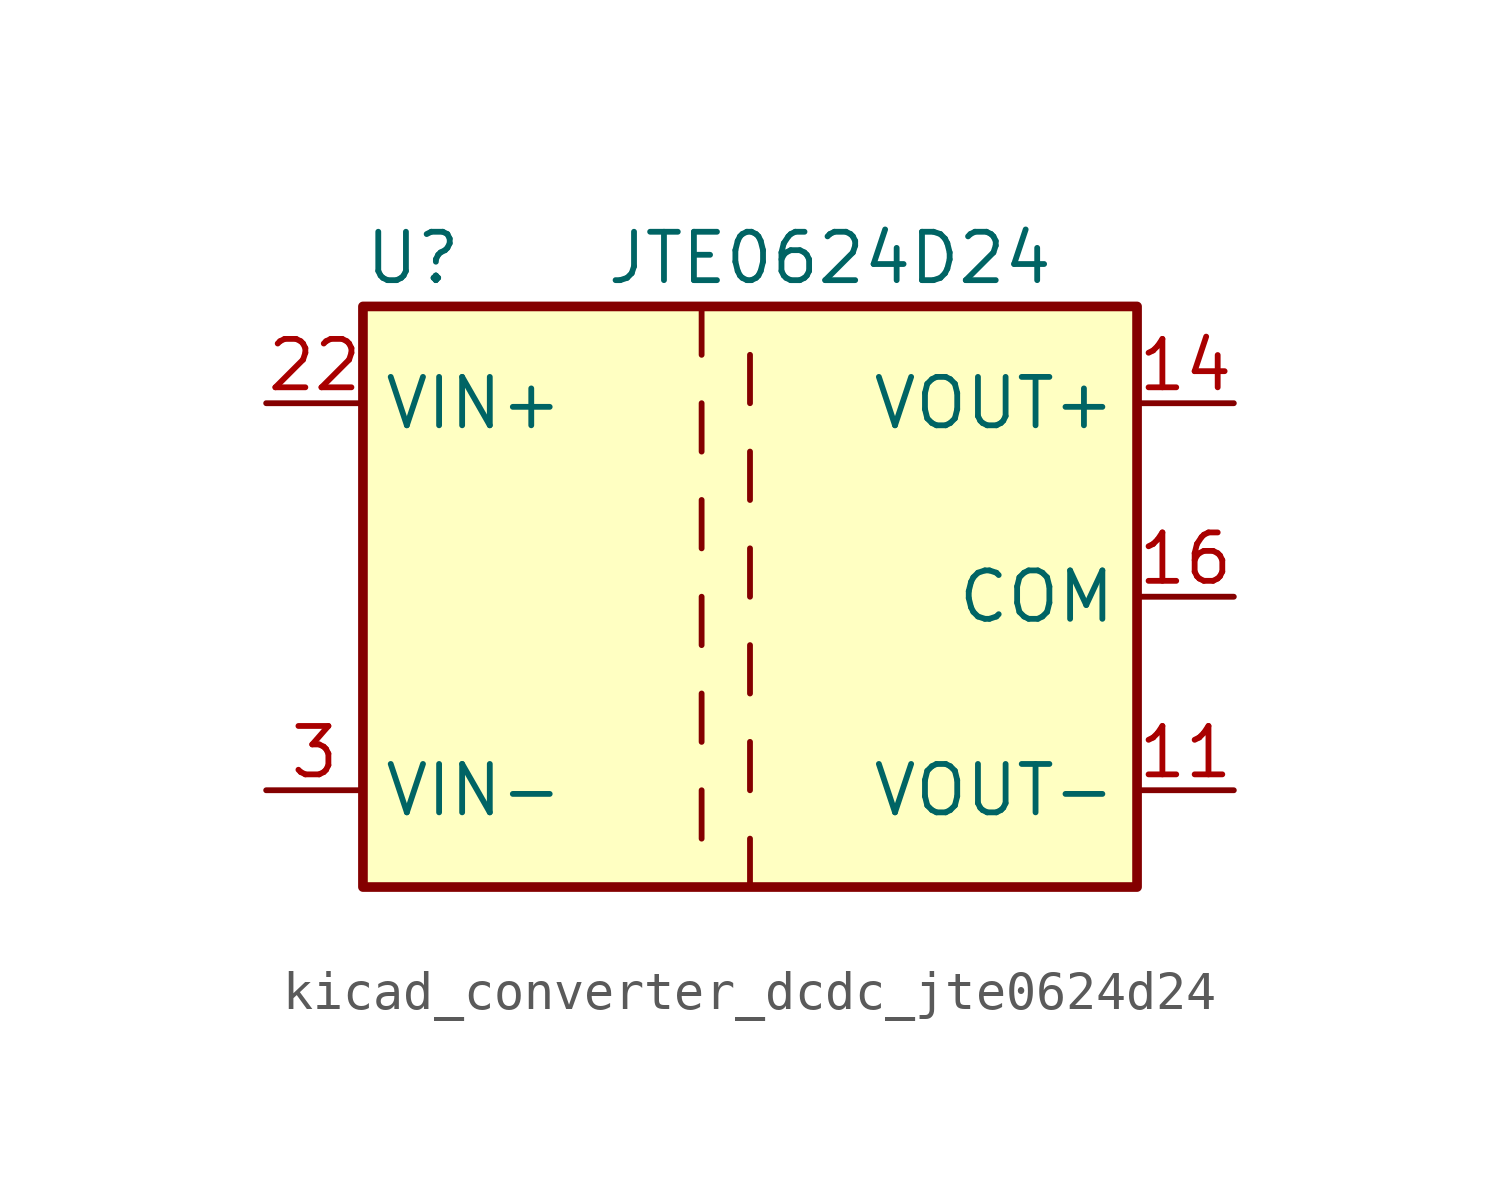
<source format=kicad_sym>
(kicad_symbol_lib
  (version 20220914)
  (generator kicad_symbol_editor)
  (symbol "kicad_converter_dcdc_jte0624d24"
    (property "Reference" "U"
      (at -10.16 8.89 0)
      (effects (font (size 1.27 1.27)) (justify left)))
    (property "Value" "JTE0624D24"
      (at -3.81 8.89 0)
      (effects (font (size 1.27 1.27)) (justify left)))
    (symbol "kicad_converter_dcdc_jte0624d24_0_1"
      (rectangle (start -10.16 7.62) (end 10.16 -7.62) (stroke (width 0.254) (type default)) (fill (type background)))
      (polyline (pts (xy -1.27 -5.08) (xy -1.27 -6.35)) (stroke (width 0) (type default)) (fill (type none)))
      (polyline (pts (xy -1.27 -2.54) (xy -1.27 -3.81)) (stroke (width 0) (type default)) (fill (type none)))
      (polyline (pts (xy -1.27 0) (xy -1.27 -1.27)) (stroke (width 0) (type default)) (fill (type none)))
      (polyline (pts (xy -1.27 2.54) (xy -1.27 1.27)) (stroke (width 0) (type default)) (fill (type none)))
      (polyline (pts (xy -1.27 5.08) (xy -1.27 3.81)) (stroke (width 0) (type default)) (fill (type none)))
      (polyline (pts (xy -1.27 7.62) (xy -1.27 6.35)) (stroke (width 0) (type default)) (fill (type none)))
      (polyline (pts (xy 0 -7.62) (xy 0 -6.35)) (stroke (width 0) (type default)) (fill (type none)))
      (polyline (pts (xy 0 -5.08) (xy 0 -3.81)) (stroke (width 0) (type default)) (fill (type none)))
      (polyline (pts (xy 0 -1.27) (xy 0 -2.54)) (stroke (width 0) (type default)) (fill (type none)))
      (polyline (pts (xy 0 0) (xy 0 1.27)) (stroke (width 0) (type default)) (fill (type none)))
      (polyline (pts (xy 0 2.54) (xy 0 3.81)) (stroke (width 0) (type default)) (fill (type none)))
      (polyline (pts (xy 0 5.08) (xy 0 6.35)) (stroke (width 0) (type default)) (fill (type none))))
    (symbol "kicad_converter_dcdc_jte0624d24_1_1"
      (pin power_out line (at 12.7 -5.08 180) (length 2.54) (name "VOUT-" (effects (font (size 1.27 1.27)))) (number "11" (effects (font (size 1.27 1.27)))))
      (pin power_out line (at 12.7 5.08 180) (length 2.54) (name "VOUT+" (effects (font (size 1.27 1.27)))) (number "14" (effects (font (size 1.27 1.27)))))
      (pin power_out line (at 12.7 0 180) (length 2.54) (name "COM" (effects (font (size 1.27 1.27)))) (number "16" (effects (font (size 1.27 1.27)))))
      (pin passive line (at -12.7 -5.08 0) (length 2.54) hide (name "VIN-" (effects (font (size 1.27 1.27)))) (number "2" (effects (font (size 1.27 1.27)))))
      (pin power_in line (at -12.7 5.08 0) (length 2.54) (name "VIN+" (effects (font (size 1.27 1.27)))) (number "22" (effects (font (size 1.27 1.27)))))
      (pin passive line (at -12.7 5.08 0) (length 2.54) hide (name "VIN+" (effects (font (size 1.27 1.27)))) (number "23" (effects (font (size 1.27 1.27)))))
      (pin power_in line (at -12.7 -5.08 0) (length 2.54) (name "VIN-" (effects (font (size 1.27 1.27)))) (number "3" (effects (font (size 1.27 1.27)))))
      (pin passive line (at 12.7 0 180) (length 2.54) hide (name "COM" (effects (font (size 1.27 1.27)))) (number "9" (effects (font (size 1.27 1.27))))))))
</source>
